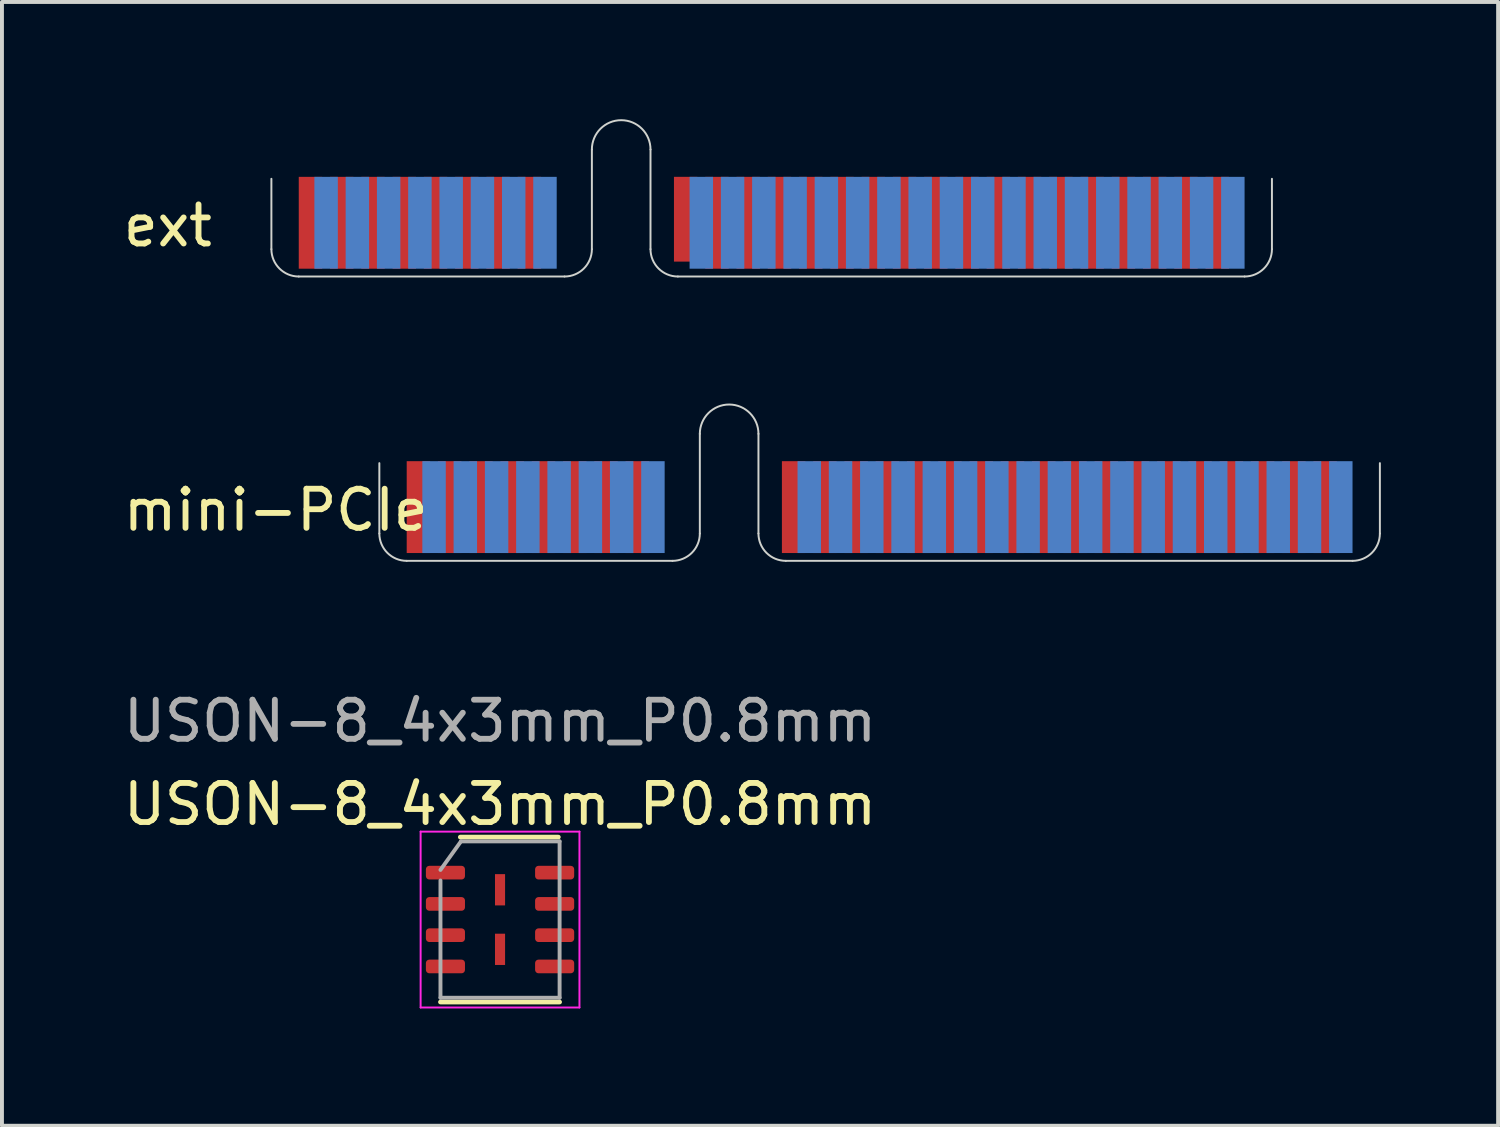
<source format=kicad_pcb>
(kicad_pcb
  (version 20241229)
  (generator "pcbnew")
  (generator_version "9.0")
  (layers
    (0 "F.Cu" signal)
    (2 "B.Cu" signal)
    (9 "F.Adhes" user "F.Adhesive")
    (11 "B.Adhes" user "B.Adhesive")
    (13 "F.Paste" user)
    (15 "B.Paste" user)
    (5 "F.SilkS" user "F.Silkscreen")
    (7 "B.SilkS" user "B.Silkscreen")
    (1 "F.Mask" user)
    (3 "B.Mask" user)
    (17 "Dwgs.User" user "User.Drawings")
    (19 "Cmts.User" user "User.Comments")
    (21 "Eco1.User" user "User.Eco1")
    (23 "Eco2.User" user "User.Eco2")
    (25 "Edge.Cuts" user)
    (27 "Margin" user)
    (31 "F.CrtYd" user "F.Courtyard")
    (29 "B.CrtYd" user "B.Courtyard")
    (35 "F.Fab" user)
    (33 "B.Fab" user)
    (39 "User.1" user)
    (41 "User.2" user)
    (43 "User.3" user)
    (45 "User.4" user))
  (footprint "mini-PCIe"
    (layer "F.Cu")
    (at 15.606 11.3)
    (property "Reference" "mini-PCIe" (at -11.6 -1.3 0) (layer "F.SilkS") (effects (font (size 1 1) (thickness 0.15))))
    (attr through_hole)
    (fp_line (start -8.95 -0.7) (end -8.95 -2.5) (stroke (width 0.05) (type solid)) (layer "Edge.Cuts"))
    (fp_line (start -1.45 0) (end -8.25 0) (stroke (width 0.05) (type solid)) (layer "Edge.Cuts"))
    (fp_line (start -0.75 -0.7) (end -0.75 -3.25) (stroke (width 0.05) (type solid)) (layer "Edge.Cuts"))
    (fp_line (start 0.75 -0.7) (end 0.75 -3.25) (stroke (width 0.05) (type solid)) (layer "Edge.Cuts"))
    (fp_line (start 1.45 0) (end 15.95 0) (stroke (width 0.05) (type solid)) (layer "Edge.Cuts"))
    (fp_line (start 16.65 -0.7) (end 16.65 -2.5) (stroke (width 0.05) (type solid)) (layer "Edge.Cuts"))
    (fp_arc (start -8.25 0) (mid -8.744975 -0.205025) (end -8.95 -0.7) (stroke (width 0.05) (type default)) (layer "Edge.Cuts"))
    (fp_arc (start -0.75 -3.25) (mid 0 -4) (end 0.75 -3.25) (stroke (width 0.05) (type solid)) (layer "Edge.Cuts"))
    (fp_arc (start -0.75 -0.7) (mid -0.955025 -0.205025) (end -1.45 0) (stroke (width 0.05) (type default)) (layer "Edge.Cuts"))
    (fp_arc (start 1.45 0) (mid 0.955025 -0.205025) (end 0.75 -0.7) (stroke (width 0.05) (type default)) (layer "Edge.Cuts"))
    (fp_arc (start 16.65 -0.7) (mid 16.444975 -0.205025) (end 15.95 0) (stroke (width 0.05) (type default)) (layer "Edge.Cuts"))
    (pad "1" smd rect (at -7.95 -1.375) (size 0.6 2.35) (layers "F.Cu" "F.Mask"))
    (pad "2" smd rect (at -7.55 -1.375) (size 0.6 2.35) (layers "B.Cu" "B.Mask"))
    (pad "3" smd rect (at -7.15 -1.375) (size 0.6 2.35) (layers "F.Cu" "F.Mask"))
    (pad "4" smd rect (at -6.75 -1.375) (size 0.6 2.35) (layers "B.Cu" "B.Mask"))
    (pad "5" smd rect (at -6.35 -1.375) (size 0.6 2.35) (layers "F.Cu" "F.Mask"))
    (pad "6" smd rect (at -5.95 -1.375) (size 0.6 2.35) (layers "B.Cu" "B.Mask"))
    (pad "7" smd rect (at -5.55 -1.375) (size 0.6 2.35) (layers "F.Cu" "F.Mask"))
    (pad "8" smd rect (at -5.15 -1.375) (size 0.6 2.35) (layers "B.Cu" "B.Mask"))
    (pad "9" smd rect (at -4.75 -1.375) (size 0.6 2.35) (layers "F.Cu" "F.Mask"))
    (pad "10" smd rect (at -4.35 -1.375) (size 0.6 2.35) (layers "B.Cu" "B.Mask"))
    (pad "11" smd rect (at -3.95 -1.375) (size 0.6 2.35) (layers "F.Cu" "F.Mask"))
    (pad "12" smd rect (at -3.55 -1.375) (size 0.6 2.35) (layers "B.Cu" "B.Mask"))
    (pad "13" smd rect (at -3.15 -1.375) (size 0.6 2.35) (layers "F.Cu" "F.Mask"))
    (pad "14" smd rect (at -2.75 -1.375) (size 0.6 2.35) (layers "B.Cu" "B.Mask"))
    (pad "15" smd rect (at -2.35 -1.375) (size 0.6 2.35) (layers "F.Cu" "F.Mask"))
    (pad "16" smd rect (at -1.95 -1.375) (size 0.6 2.35) (layers "B.Cu" "B.Mask"))
    (pad "17" smd rect (at 1.65 -1.375) (size 0.6 2.35) (layers "F.Cu" "F.Mask"))
    (pad "18" smd rect (at 2.05 -1.375) (size 0.6 2.35) (layers "B.Cu" "B.Mask"))
    (pad "19" smd rect (at 2.45 -1.375) (size 0.6 2.35) (layers "F.Cu" "F.Mask"))
    (pad "20" smd rect (at 2.85 -1.375) (size 0.6 2.35) (layers "B.Cu" "B.Mask"))
    (pad "21" smd rect (at 3.25 -1.375) (size 0.6 2.35) (layers "F.Cu" "F.Mask"))
    (pad "22" smd rect (at 3.65 -1.375) (size 0.6 2.35) (layers "B.Cu" "B.Mask"))
    (pad "23" smd rect (at 4.05 -1.375) (size 0.6 2.35) (layers "F.Cu" "F.Mask"))
    (pad "24" smd rect (at 4.45 -1.375) (size 0.6 2.35) (layers "B.Cu" "B.Mask"))
    (pad "25" smd rect (at 4.85 -1.375) (size 0.6 2.35) (layers "F.Cu" "F.Mask"))
    (pad "26" smd rect (at 5.25 -1.375) (size 0.6 2.35) (layers "B.Cu" "B.Mask"))
    (pad "27" smd rect (at 5.65 -1.375) (size 0.6 2.35) (layers "F.Cu" "F.Mask"))
    (pad "28" smd rect (at 6.05 -1.375) (size 0.6 2.35) (layers "B.Cu" "B.Mask"))
    (pad "29" smd rect (at 6.45 -1.375) (size 0.6 2.35) (layers "F.Cu" "F.Mask"))
    (pad "30" smd rect (at 6.85 -1.375) (size 0.6 2.35) (layers "B.Cu" "B.Mask"))
    (pad "31" smd rect (at 7.25 -1.375) (size 0.6 2.35) (layers "F.Cu" "F.Mask"))
    (pad "32" smd rect (at 7.65 -1.375) (size 0.6 2.35) (layers "B.Cu" "B.Mask"))
    (pad "33" smd rect (at 8.05 -1.375) (size 0.6 2.35) (layers "F.Cu" "F.Mask"))
    (pad "34" smd rect (at 8.45 -1.375) (size 0.6 2.35) (layers "B.Cu" "B.Mask"))
    (pad "35" smd rect (at 8.85 -1.375) (size 0.6 2.35) (layers "F.Cu" "F.Mask"))
    (pad "36" smd rect (at 9.25 -1.375) (size 0.6 2.35) (layers "B.Cu" "B.Mask"))
    (pad "37" smd rect (at 9.65 -1.375) (size 0.6 2.35) (layers "F.Cu" "F.Mask"))
    (pad "38" smd rect (at 10.05 -1.375) (size 0.6 2.35) (layers "B.Cu" "B.Mask"))
    (pad "39" smd rect (at 10.45 -1.375) (size 0.6 2.35) (layers "F.Cu" "F.Mask"))
    (pad "40" smd rect (at 10.85 -1.375) (size 0.6 2.35) (layers "B.Cu" "B.Mask"))
    (pad "41" smd rect (at 11.25 -1.375) (size 0.6 2.35) (layers "F.Cu" "F.Mask"))
    (pad "42" smd rect (at 11.65 -1.375) (size 0.6 2.35) (layers "B.Cu" "B.Mask"))
    (pad "43" smd rect (at 12.05 -1.375) (size 0.6 2.35) (layers "F.Cu" "F.Mask"))
    (pad "44" smd rect (at 12.45 -1.375) (size 0.6 2.35) (layers "B.Cu" "B.Mask"))
    (pad "45" smd rect (at 12.85 -1.375) (size 0.6 2.35) (layers "F.Cu" "F.Mask"))
    (pad "46" smd rect (at 13.25 -1.375) (size 0.6 2.35) (layers "B.Cu" "B.Mask"))
    (pad "47" smd rect (at 13.65 -1.375) (size 0.6 2.35) (layers "F.Cu" "F.Mask"))
    (pad "48" smd rect (at 14.05 -1.375) (size 0.6 2.35) (layers "B.Cu" "B.Mask"))
    (pad "49" smd rect (at 14.45 -1.375) (size 0.6 2.35) (layers "F.Cu" "F.Mask"))
    (pad "50" smd rect (at 14.85 -1.375) (size 0.6 2.35) (layers "B.Cu" "B.Mask"))
    (pad "51" smd rect (at 15.25 -1.375) (size 0.6 2.35) (layers "F.Cu" "F.Mask"))
    (pad "52" smd rect (at 15.65 -1.375) (size 0.6 2.35) (layers "B.Cu" "B.Mask")))
  (footprint "USON-8_4x3mm_P0.8mm"
    (layer "F.Cu")
    (at 9.744 20.478)
    (property "Reference" "USON-8_4x3mm_P0.8mm" (at 0 -2.95 0) (layer "F.SilkS") (effects (font (size 1 1) (thickness 0.15))))
    (attr smd)
    (fp_line (start -1.524 2.11) (end 1.524 2.11) (stroke (width 0.12) (type solid)) (layer "F.SilkS"))
    (fp_line (start -1.016 -2.11) (end 1.492 -2.11) (stroke (width 0.12) (type solid)) (layer "F.SilkS"))
    (fp_line (start -2.032 -2.25) (end -2.032 2.25) (stroke (width 0.05) (type solid)) (layer "F.CrtYd"))
    (fp_line (start -2.032 2.25) (end 2.032 2.25) (stroke (width 0.05) (type solid)) (layer "F.CrtYd"))
    (fp_line (start 2.032 -2.25) (end -2.032 -2.25) (stroke (width 0.05) (type solid)) (layer "F.CrtYd"))
    (fp_line (start 2.032 2.25) (end 2.032 -2.25) (stroke (width 0.05) (type solid)) (layer "F.CrtYd"))
    (fp_line (start -1.524 -1.27) (end -1 -2) (stroke (width 0.1) (type solid)) (layer "F.Fab"))
    (fp_line (start -1.524 2) (end -1.524 -1) (stroke (width 0.1) (type solid)) (layer "F.Fab"))
    (fp_line (start -1 -2) (end 1.524 -2) (stroke (width 0.1) (type solid)) (layer "F.Fab"))
    (fp_line (start 1.524 -2) (end 1.524 2) (stroke (width 0.1) (type solid)) (layer "F.Fab"))
    (fp_line (start 1.524 2) (end -1.524 2) (stroke (width 0.1) (type solid)) (layer "F.Fab"))
    (fp_text user "${REFERENCE}" (at 0 -5.08 0) (layer "F.Fab") (effects (font (size 1 1) (thickness 0.15))))
    (pad "1" smd roundrect (at -1.397 -1.2) (size 1 0.35) (layers "F.Cu" "F.Mask" "F.Paste") (roundrect_rratio 0.25))
    (pad "2" smd roundrect (at -1.397 -0.4) (size 1 0.35) (layers "F.Cu" "F.Mask" "F.Paste") (roundrect_rratio 0.25))
    (pad "3" smd roundrect (at -1.397 0.4) (size 1 0.35) (layers "F.Cu" "F.Mask" "F.Paste") (roundrect_rratio 0.25))
    (pad "4" smd roundrect (at -1.397 1.2) (size 1 0.35) (layers "F.Cu" "F.Mask" "F.Paste") (roundrect_rratio 0.25))
    (pad "5" smd roundrect (at 1.397 1.2) (size 1 0.35) (layers "F.Cu" "F.Mask" "F.Paste") (roundrect_rratio 0.25))
    (pad "6" smd roundrect (at 1.397 0.4) (size 1 0.35) (layers "F.Cu" "F.Mask" "F.Paste") (roundrect_rratio 0.25))
    (pad "7" smd roundrect (at 1.397 -0.4) (size 1 0.35) (layers "F.Cu" "F.Mask" "F.Paste") (roundrect_rratio 0.25))
    (pad "8" smd roundrect (at 1.397 -1.2) (size 1 0.35) (layers "F.Cu" "F.Mask" "F.Paste") (roundrect_rratio 0.25))
    (pad "9" smd rect (at 0 -0.762) (size 0.258 0.8) (layers "F.Cu" "F.Mask" "F.Paste"))
    (pad "9" smd rect (at 0 0.762) (size 0.258 0.8) (layers "F.Cu" "F.Mask" "F.Paste")))
  (footprint "ext"
    (layer "F.Cu")
    (at 12.844 4.025)
    (property "Reference" "ext" (at -11.6 -1.3 0) (layer "F.SilkS") (effects (font (size 1 1) (thickness 0.15))))
    (attr through_hole)
    (fp_line (start -8.95 -0.7) (end -8.95 -2.5) (stroke (width 0.05) (type solid)) (layer "Edge.Cuts"))
    (fp_line (start -1.45 0) (end -8.25 0) (stroke (width 0.05) (type solid)) (layer "Edge.Cuts"))
    (fp_line (start -0.75 -0.7) (end -0.75 -3.25) (stroke (width 0.05) (type solid)) (layer "Edge.Cuts"))
    (fp_line (start 0.75 -0.7) (end 0.75 -3.25) (stroke (width 0.05) (type solid)) (layer "Edge.Cuts"))
    (fp_line (start 1.45 0) (end 15.95 0) (stroke (width 0.05) (type solid)) (layer "Edge.Cuts"))
    (fp_line (start 16.65 -0.7) (end 16.65 -2.5) (stroke (width 0.05) (type solid)) (layer "Edge.Cuts"))
    (fp_arc (start -8.25 0) (mid -8.744975 -0.205025) (end -8.95 -0.7) (stroke (width 0.05) (type default)) (layer "Edge.Cuts"))
    (fp_arc (start -0.75 -3.25) (mid 0 -4) (end 0.75 -3.25) (stroke (width 0.05) (type solid)) (layer "Edge.Cuts"))
    (fp_arc (start -0.75 -0.7) (mid -0.955025 -0.205025) (end -1.45 0) (stroke (width 0.05) (type default)) (layer "Edge.Cuts"))
    (fp_arc (start 1.45 0) (mid 0.955025 -0.205025) (end 0.75 -0.7) (stroke (width 0.05) (type default)) (layer "Edge.Cuts"))
    (fp_arc (start 16.65 -0.7) (mid 16.444975 -0.205025) (end 15.95 0) (stroke (width 0.05) (type default)) (layer "Edge.Cuts"))
    (pad "1" smd rect (at -7.95 -1.375) (size 0.6 2.35) (layers "F.Cu" "F.Mask"))
    (pad "2" smd rect (at -7.55 -1.375) (size 0.6 2.35) (layers "B.Cu" "B.Mask"))
    (pad "3" smd rect (at -7.15 -1.375) (size 0.6 2.35) (layers "F.Cu" "F.Mask"))
    (pad "4" smd rect (at -6.75 -1.375) (size 0.6 2.35) (layers "B.Cu" "B.Mask"))
    (pad "5" smd rect (at -6.35 -1.375) (size 0.6 2.35) (layers "F.Cu" "F.Mask"))
    (pad "6" smd rect (at -5.95 -1.375) (size 0.6 2.35) (layers "B.Cu" "B.Mask"))
    (pad "7" smd rect (at -5.55 -1.375) (size 0.6 2.35) (layers "F.Cu" "F.Mask"))
    (pad "8" smd rect (at -5.15 -1.375) (size 0.6 2.35) (layers "B.Cu" "B.Mask"))
    (pad "9" smd rect (at -4.75 -1.375) (size 0.6 2.35) (layers "F.Cu" "F.Mask"))
    (pad "10" smd rect (at -4.35 -1.375) (size 0.6 2.35) (layers "B.Cu" "B.Mask"))
    (pad "11" smd rect (at -3.95 -1.375) (size 0.6 2.35) (layers "F.Cu" "F.Mask"))
    (pad "12" smd rect (at -3.55 -1.375) (size 0.6 2.35) (layers "B.Cu" "B.Mask"))
    (pad "13" smd rect (at -3.15 -1.375) (size 0.6 2.35) (layers "F.Cu" "F.Mask"))
    (pad "14" smd rect (at -2.75 -1.375) (size 0.6 2.35) (layers "B.Cu" "B.Mask"))
    (pad "15" smd rect (at -2.35 -1.375) (size 0.6 2.35) (layers "F.Cu" "F.Mask"))
    (pad "16" smd rect (at -1.95 -1.375) (size 0.6 2.35) (layers "B.Cu" "B.Mask"))
    (pad "17" smd rect (at 1.65 -1.466) (size 0.6 2.169) (layers "F.Cu" "F.Mask"))
    (pad "18" smd rect (at 2.05 -1.375) (size 0.6 2.35) (layers "B.Cu" "B.Mask"))
    (pad "19" smd rect (at 2.45 -1.375) (size 0.6 2.35) (layers "F.Cu" "F.Mask"))
    (pad "20" smd rect (at 2.85 -1.375) (size 0.6 2.35) (layers "B.Cu" "B.Mask"))
    (pad "21" smd rect (at 3.25 -1.375) (size 0.6 2.35) (layers "F.Cu" "F.Mask"))
    (pad "22" smd rect (at 3.65 -1.375) (size 0.6 2.35) (layers "B.Cu" "B.Mask"))
    (pad "23" smd rect (at 4.05 -1.375) (size 0.6 2.35) (layers "F.Cu" "F.Mask"))
    (pad "24" smd rect (at 4.45 -1.375) (size 0.6 2.35) (layers "B.Cu" "B.Mask"))
    (pad "25" smd rect (at 4.85 -1.375) (size 0.6 2.35) (layers "F.Cu" "F.Mask"))
    (pad "26" smd rect (at 5.25 -1.375) (size 0.6 2.35) (layers "B.Cu" "B.Mask"))
    (pad "27" smd rect (at 5.65 -1.375) (size 0.6 2.35) (layers "F.Cu" "F.Mask"))
    (pad "28" smd rect (at 6.05 -1.375) (size 0.6 2.35) (layers "B.Cu" "B.Mask"))
    (pad "29" smd rect (at 6.45 -1.375) (size 0.6 2.35) (layers "F.Cu" "F.Mask"))
    (pad "30" smd rect (at 6.85 -1.375) (size 0.6 2.35) (layers "B.Cu" "B.Mask"))
    (pad "31" smd rect (at 7.25 -1.375) (size 0.6 2.35) (layers "F.Cu" "F.Mask"))
    (pad "32" smd rect (at 7.65 -1.375) (size 0.6 2.35) (layers "B.Cu" "B.Mask"))
    (pad "33" smd rect (at 8.05 -1.375) (size 0.6 2.35) (layers "F.Cu" "F.Mask"))
    (pad "34" smd rect (at 8.45 -1.375) (size 0.6 2.35) (layers "B.Cu" "B.Mask"))
    (pad "35" smd rect (at 8.85 -1.375) (size 0.6 2.35) (layers "F.Cu" "F.Mask"))
    (pad "36" smd rect (at 9.25 -1.375) (size 0.6 2.35) (layers "B.Cu" "B.Mask"))
    (pad "37" smd rect (at 9.65 -1.375) (size 0.6 2.35) (layers "F.Cu" "F.Mask"))
    (pad "38" smd rect (at 10.05 -1.375) (size 0.6 2.35) (layers "B.Cu" "B.Mask"))
    (pad "39" smd rect (at 10.45 -1.375) (size 0.6 2.35) (layers "F.Cu" "F.Mask"))
    (pad "40" smd rect (at 10.85 -1.375) (size 0.6 2.35) (layers "B.Cu" "B.Mask"))
    (pad "41" smd rect (at 11.25 -1.375) (size 0.6 2.35) (layers "F.Cu" "F.Mask"))
    (pad "42" smd rect (at 11.65 -1.375) (size 0.6 2.35) (layers "B.Cu" "B.Mask"))
    (pad "43" smd rect (at 12.05 -1.375) (size 0.6 2.35) (layers "F.Cu" "F.Mask"))
    (pad "44" smd rect (at 12.45 -1.375) (size 0.6 2.35) (layers "B.Cu" "B.Mask"))
    (pad "45" smd rect (at 12.85 -1.375) (size 0.6 2.35) (layers "F.Cu" "F.Mask"))
    (pad "46" smd rect (at 13.25 -1.375) (size 0.6 2.35) (layers "B.Cu" "B.Mask"))
    (pad "47" smd rect (at 13.65 -1.375) (size 0.6 2.35) (layers "F.Cu" "F.Mask"))
    (pad "48" smd rect (at 14.05 -1.375) (size 0.6 2.35) (layers "B.Cu" "B.Mask"))
    (pad "49" smd rect (at 14.45 -1.375) (size 0.6 2.35) (layers "F.Cu" "F.Mask"))
    (pad "50" smd rect (at 14.85 -1.375) (size 0.6 2.35) (layers "B.Cu" "B.Mask"))
    (pad "51" smd rect (at 15.25 -1.375) (size 0.6 2.35) (layers "F.Cu" "F.Mask"))
    (pad "52" smd rect (at 15.65 -1.375) (size 0.6 2.35) (layers "B.Cu" "B.Mask")))
  (gr_rect
    (start -3 -3)
    (end 35.281 25.753)
    (stroke (width 0.1) (type default))
    (fill no)
    (layer "Edge.Cuts")))
</source>
